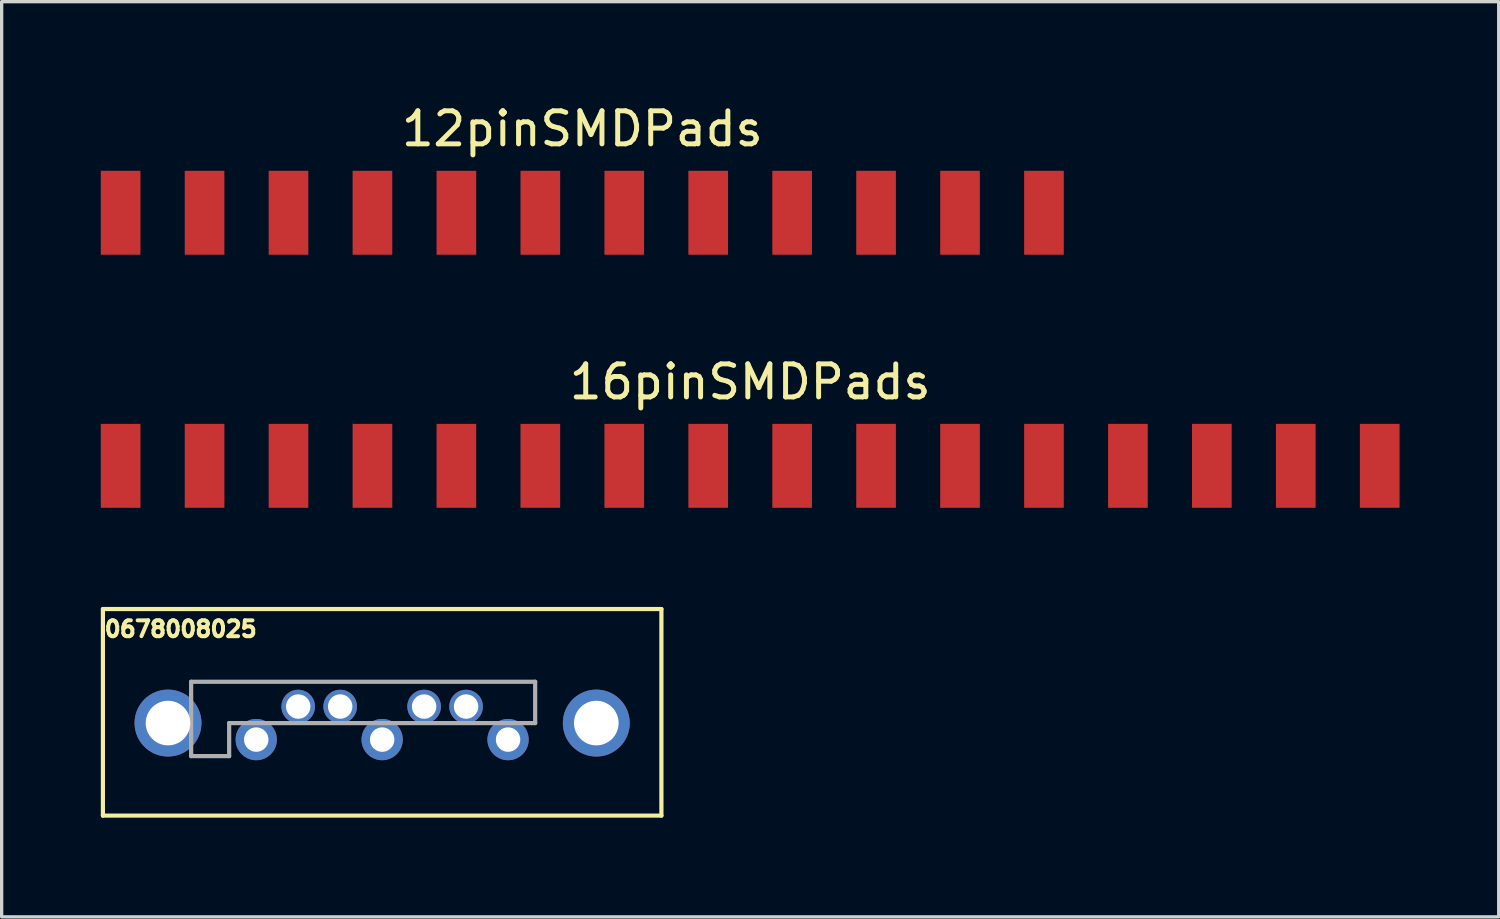
<source format=kicad_pcb>
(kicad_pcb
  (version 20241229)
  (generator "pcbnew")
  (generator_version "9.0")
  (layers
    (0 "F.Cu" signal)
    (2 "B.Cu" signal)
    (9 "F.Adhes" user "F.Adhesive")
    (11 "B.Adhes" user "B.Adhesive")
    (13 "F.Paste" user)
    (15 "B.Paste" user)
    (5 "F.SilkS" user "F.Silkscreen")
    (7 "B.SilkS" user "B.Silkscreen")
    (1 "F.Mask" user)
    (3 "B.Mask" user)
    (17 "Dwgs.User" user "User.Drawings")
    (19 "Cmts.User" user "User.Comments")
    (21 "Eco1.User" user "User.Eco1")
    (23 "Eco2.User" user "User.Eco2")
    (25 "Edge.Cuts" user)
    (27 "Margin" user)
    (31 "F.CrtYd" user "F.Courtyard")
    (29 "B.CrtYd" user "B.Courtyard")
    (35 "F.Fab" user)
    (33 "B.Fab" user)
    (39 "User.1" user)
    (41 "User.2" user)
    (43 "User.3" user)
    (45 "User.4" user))
  (footprint "0678008025"
    (layer "F.Cu")
    (at 8.514 18.83)
    (property "Reference" "0678008025" (at -6.096 -2.845 0) (layer "F.SilkS") (effects (font (size 0.48 0.48) (thickness 0.15))))
    (attr through_hole)
    (fp_line (start -8.45 -3.45) (end 8.45 -3.45) (stroke (width 0.127) (type solid)) (layer "F.SilkS"))
    (fp_line (start -8.45 2.8) (end -8.45 -3.45) (stroke (width 0.127) (type solid)) (layer "F.SilkS"))
    (fp_line (start 8.45 -3.45) (end 8.45 2.8) (stroke (width 0.127) (type solid)) (layer "F.SilkS"))
    (fp_line (start 8.45 2.8) (end -8.45 2.8) (stroke (width 0.127) (type solid)) (layer "F.SilkS"))
    (fp_line (start -5.78 -1.25) (end -5.78 1) (stroke (width 0.127) (type solid)) (layer "F.Fab"))
    (fp_line (start -5.78 1) (end -4.63 1) (stroke (width 0.127) (type solid)) (layer "F.Fab"))
    (fp_line (start -4.63 0) (end 4.63 0) (stroke (width 0.127) (type solid)) (layer "F.Fab"))
    (fp_line (start -4.63 1) (end -4.63 0) (stroke (width 0.127) (type solid)) (layer "F.Fab"))
    (fp_line (start 4.63 -1.25) (end -5.78 -1.25) (stroke (width 0.127) (type solid)) (layer "F.Fab"))
    (fp_line (start 4.63 0) (end 4.63 -1.25) (stroke (width 0.127) (type solid)) (layer "F.Fab"))
    (pad "A+" thru_hole circle (at 2.54 -0.5) (size 1.016 1.016) (drill 0.74) (layers "*.Cu" "*.Mask"))
    (pad "A-" thru_hole circle (at 1.27 -0.5) (size 1.016 1.016) (drill 0.74) (layers "*.Cu" "*.Mask"))
    (pad "B+" thru_hole circle (at -2.54 -0.5) (size 1.016 1.016) (drill 0.74) (layers "*.Cu" "*.Mask"))
    (pad "B-" thru_hole circle (at -1.27 -0.5) (size 1.016 1.016) (drill 0.74) (layers "*.Cu" "*.Mask"))
    (pad "GND1" thru_hole circle (at -3.81 0.5) (size 1.248 1.248) (drill 0.74) (layers "*.Cu" "*.Mask"))
    (pad "GND2" thru_hole circle (at 0 0.5) (size 1.248 1.248) (drill 0.74) (layers "*.Cu" "*.Mask"))
    (pad "GND3" thru_hole circle (at 3.81 0.5) (size 1.248 1.248) (drill 0.74) (layers "*.Cu" "*.Mask"))
    (pad "MNT1" thru_hole circle (at -6.48 0) (size 2.025 2.025) (drill 1.35) (layers "*.Cu" "*.Mask"))
    (pad "MNT2" thru_hole circle (at 6.48 0) (size 2.025 2.025) (drill 1.35) (layers "*.Cu" "*.Mask")))
  (footprint "12pinSMDPads"
    (layer "F.Cu")
    (at 14.57 3.388)
    (property "Reference" "12pinSMDPads" (at 0 -2.54 0) (layer "F.SilkS") (effects (font (size 1 1) (thickness 0.15))))
    (attr through_hole)
    (pad "1" smd rect (at -13.97 0) (size 1.2 2.54) (layers "F.Cu" "F.Mask" "F.Paste"))
    (pad "2" smd rect (at -11.43 0) (size 1.2 2.54) (layers "F.Cu" "F.Mask" "F.Paste"))
    (pad "3" smd rect (at -8.89 0) (size 1.2 2.54) (layers "F.Cu" "F.Mask" "F.Paste"))
    (pad "4" smd rect (at -6.35 0) (size 1.2 2.54) (layers "F.Cu" "F.Mask" "F.Paste"))
    (pad "5" smd rect (at -3.81 0) (size 1.2 2.54) (layers "F.Cu" "F.Mask" "F.Paste"))
    (pad "6" smd rect (at -1.27 0) (size 1.2 2.54) (layers "F.Cu" "F.Mask" "F.Paste"))
    (pad "7" smd rect (at 1.27 0) (size 1.2 2.54) (layers "F.Cu" "F.Mask" "F.Paste"))
    (pad "8" smd rect (at 3.81 0) (size 1.2 2.54) (layers "F.Cu" "F.Mask" "F.Paste"))
    (pad "9" smd rect (at 6.35 0) (size 1.2 2.54) (layers "F.Cu" "F.Mask" "F.Paste"))
    (pad "10" smd rect (at 8.89 0) (size 1.2 2.54) (layers "F.Cu" "F.Mask" "F.Paste"))
    (pad "11" smd rect (at 11.43 0) (size 1.2 2.54) (layers "F.Cu" "F.Mask" "F.Paste"))
    (pad "12" smd rect (at 13.97 0) (size 1.2 2.54) (layers "F.Cu" "F.Mask" "F.Paste")))
  (footprint "16pinSMDPads"
    (layer "F.Cu")
    (at 19.65 11.046)
    (property "Reference" "16pinSMDPads" (at 0 -2.54 0) (layer "F.SilkS") (effects (font (size 1 1) (thickness 0.15))))
    (attr through_hole)
    (pad "1" smd rect (at -19.05 0) (size 1.2 2.54) (layers "F.Cu" "F.Mask" "F.Paste"))
    (pad "2" smd rect (at -16.51 0) (size 1.2 2.54) (layers "F.Cu" "F.Mask" "F.Paste"))
    (pad "3" smd rect (at -13.97 0) (size 1.2 2.54) (layers "F.Cu" "F.Mask" "F.Paste"))
    (pad "4" smd rect (at -11.43 0) (size 1.2 2.54) (layers "F.Cu" "F.Mask" "F.Paste"))
    (pad "5" smd rect (at -8.89 0) (size 1.2 2.54) (layers "F.Cu" "F.Mask" "F.Paste"))
    (pad "6" smd rect (at -6.35 0) (size 1.2 2.54) (layers "F.Cu" "F.Mask" "F.Paste"))
    (pad "7" smd rect (at -3.81 0) (size 1.2 2.54) (layers "F.Cu" "F.Mask" "F.Paste"))
    (pad "8" smd rect (at -1.27 0) (size 1.2 2.54) (layers "F.Cu" "F.Mask" "F.Paste"))
    (pad "9" smd rect (at 1.27 0) (size 1.2 2.54) (layers "F.Cu" "F.Mask" "F.Paste"))
    (pad "10" smd rect (at 3.81 0) (size 1.2 2.54) (layers "F.Cu" "F.Mask" "F.Paste"))
    (pad "11" smd rect (at 6.35 0) (size 1.2 2.54) (layers "F.Cu" "F.Mask" "F.Paste"))
    (pad "12" smd rect (at 8.89 0) (size 1.2 2.54) (layers "F.Cu" "F.Mask" "F.Paste"))
    (pad "13" smd rect (at 11.43 0) (size 1.2 2.54) (layers "F.Cu" "F.Mask" "F.Paste"))
    (pad "14" smd rect (at 13.97 0) (size 1.2 2.54) (layers "F.Cu" "F.Mask" "F.Paste"))
    (pad "15" smd rect (at 16.51 0) (size 1.2 2.54) (layers "F.Cu" "F.Mask" "F.Paste"))
    (pad "16" smd rect (at 19.05 0) (size 1.2 2.54) (layers "F.Cu" "F.Mask" "F.Paste")))
  (gr_rect
    (start -3 -3)
    (end 42.3 24.694)
    (stroke (width 0.1) (type default))
    (fill no)
    (layer "Edge.Cuts")))
</source>
